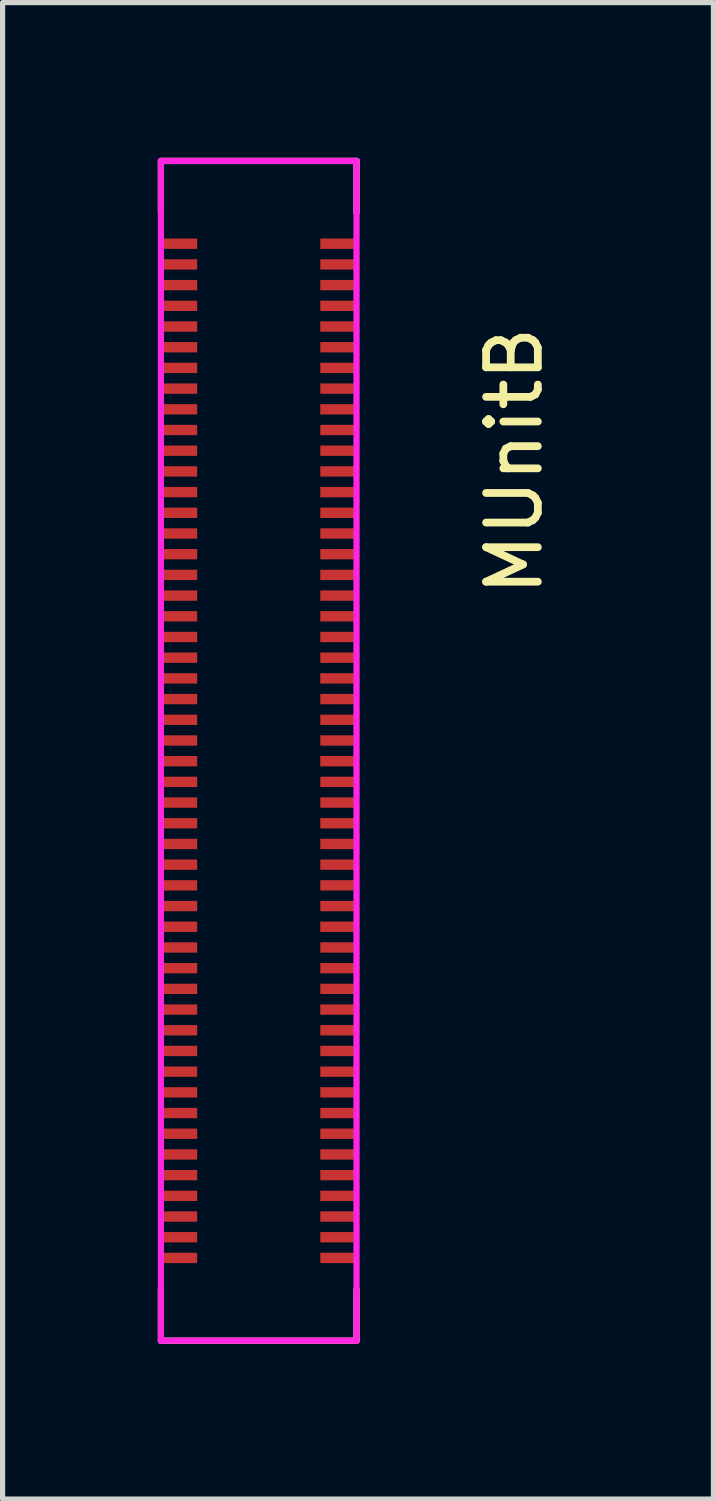
<source format=kicad_pcb>
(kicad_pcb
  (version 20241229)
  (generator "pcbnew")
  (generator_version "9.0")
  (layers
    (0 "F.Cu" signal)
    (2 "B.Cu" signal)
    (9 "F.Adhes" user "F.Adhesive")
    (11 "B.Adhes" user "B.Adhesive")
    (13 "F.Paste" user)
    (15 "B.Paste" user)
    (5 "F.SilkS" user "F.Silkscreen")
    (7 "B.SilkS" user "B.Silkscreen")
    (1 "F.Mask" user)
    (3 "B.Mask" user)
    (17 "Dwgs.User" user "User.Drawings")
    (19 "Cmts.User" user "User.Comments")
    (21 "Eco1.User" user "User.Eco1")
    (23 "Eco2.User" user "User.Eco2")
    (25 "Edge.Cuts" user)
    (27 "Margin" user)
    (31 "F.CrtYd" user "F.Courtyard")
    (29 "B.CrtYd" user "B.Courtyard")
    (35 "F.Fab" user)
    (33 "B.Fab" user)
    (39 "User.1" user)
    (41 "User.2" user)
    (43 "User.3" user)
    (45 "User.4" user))
  (footprint "MUnitB"
    (layer "F.Cu")
    (at 2.098 11.288)
    (property "Reference" "MUnitB" (at 4.791 -5.43 270) (layer "F.SilkS") (effects (font (size 1 1) (thickness 0.15))))
    (attr smd)
    (fp_line (start -2.038 -11.228) (end -2.038 -10.228) (stroke (width 0.12) (type solid)) (layer "F.SilkS"))
    (fp_line (start -2.038 -11.228) (end 1.742 -11.228) (stroke (width 0.12) (type solid)) (layer "F.SilkS"))
    (fp_line (start -2.038 11.572) (end -2.038 10.572) (stroke (width 0.12) (type solid)) (layer "F.SilkS"))
    (fp_line (start -2.038 11.572) (end 1.742 11.572) (stroke (width 0.12) (type solid)) (layer "F.SilkS"))
    (fp_line (start 1.742 -11.228) (end 1.742 -10.228) (stroke (width 0.12) (type solid)) (layer "F.SilkS"))
    (fp_line (start 1.742 11.572) (end 1.742 10.572) (stroke (width 0.12) (type solid)) (layer "F.SilkS"))
    (fp_line (start -2.038 -11.228) (end 1.742 -11.228) (stroke (width 0.12) (type solid)) (layer "F.CrtYd"))
    (fp_line (start -2.038 11.572) (end -2.038 -11.228) (stroke (width 0.12) (type solid)) (layer "F.CrtYd"))
    (fp_line (start 1.742 -11.228) (end 1.742 11.572) (stroke (width 0.12) (type solid)) (layer "F.CrtYd"))
    (fp_line (start 1.742 11.572) (end -2.038 11.572) (stroke (width 0.12) (type solid)) (layer "F.CrtYd"))
    (pad "101" smd rect (at -1.688 -9.628 270) (size 0.2 0.7) (layers "F.Cu" "F.Mask" "F.Paste"))
    (pad "102" smd rect (at 1.392 -9.628 270) (size 0.2 0.7) (layers "F.Cu" "F.Mask" "F.Paste"))
    (pad "103" smd rect (at -1.688 -9.228 270) (size 0.2 0.7) (layers "F.Cu" "F.Mask" "F.Paste"))
    (pad "104" smd rect (at 1.392 -9.228 270) (size 0.2 0.7) (layers "F.Cu" "F.Mask" "F.Paste"))
    (pad "105" smd rect (at -1.688 -8.828 270) (size 0.2 0.7) (layers "F.Cu" "F.Mask" "F.Paste"))
    (pad "106" smd rect (at 1.392 -8.828 270) (size 0.2 0.7) (layers "F.Cu" "F.Mask" "F.Paste"))
    (pad "107" smd rect (at -1.688 -8.428 270) (size 0.2 0.7) (layers "F.Cu" "F.Mask" "F.Paste"))
    (pad "108" smd rect (at 1.392 -8.428 270) (size 0.2 0.7) (layers "F.Cu" "F.Mask" "F.Paste"))
    (pad "109" smd rect (at -1.688 -8.028 270) (size 0.2 0.7) (layers "F.Cu" "F.Mask" "F.Paste"))
    (pad "110" smd rect (at 1.392 -8.028 270) (size 0.2 0.7) (layers "F.Cu" "F.Mask" "F.Paste"))
    (pad "111" smd rect (at -1.688 -7.628 270) (size 0.2 0.7) (layers "F.Cu" "F.Mask" "F.Paste"))
    (pad "112" smd rect (at 1.392 -7.628 270) (size 0.2 0.7) (layers "F.Cu" "F.Mask" "F.Paste"))
    (pad "113" smd rect (at -1.688 -7.228 270) (size 0.2 0.7) (layers "F.Cu" "F.Mask" "F.Paste"))
    (pad "114" smd rect (at 1.392 -7.228 270) (size 0.2 0.7) (layers "F.Cu" "F.Mask" "F.Paste"))
    (pad "115" smd rect (at -1.688 -6.828 270) (size 0.2 0.7) (layers "F.Cu" "F.Mask" "F.Paste"))
    (pad "116" smd rect (at 1.392 -6.828 270) (size 0.2 0.7) (layers "F.Cu" "F.Mask" "F.Paste"))
    (pad "117" smd rect (at -1.688 -6.428 270) (size 0.2 0.7) (layers "F.Cu" "F.Mask" "F.Paste"))
    (pad "118" smd rect (at 1.392 -6.428 270) (size 0.2 0.7) (layers "F.Cu" "F.Mask" "F.Paste"))
    (pad "119" smd rect (at -1.688 -6.028 270) (size 0.2 0.7) (layers "F.Cu" "F.Mask" "F.Paste"))
    (pad "120" smd rect (at 1.392 -6.028 270) (size 0.2 0.7) (layers "F.Cu" "F.Mask" "F.Paste"))
    (pad "121" smd rect (at -1.688 -5.628 270) (size 0.2 0.7) (layers "F.Cu" "F.Mask" "F.Paste"))
    (pad "122" smd rect (at 1.392 -5.628 270) (size 0.2 0.7) (layers "F.Cu" "F.Mask" "F.Paste"))
    (pad "123" smd rect (at -1.688 -5.228 270) (size 0.2 0.7) (layers "F.Cu" "F.Mask" "F.Paste"))
    (pad "124" smd rect (at 1.392 -5.228 270) (size 0.2 0.7) (layers "F.Cu" "F.Mask" "F.Paste"))
    (pad "125" smd rect (at -1.688 -4.828 270) (size 0.2 0.7) (layers "F.Cu" "F.Mask" "F.Paste"))
    (pad "126" smd rect (at 1.392 -4.828 270) (size 0.2 0.7) (layers "F.Cu" "F.Mask" "F.Paste"))
    (pad "127" smd rect (at -1.688 -4.428 270) (size 0.2 0.7) (layers "F.Cu" "F.Mask" "F.Paste"))
    (pad "128" smd rect (at 1.392 -4.428 270) (size 0.2 0.7) (layers "F.Cu" "F.Mask" "F.Paste"))
    (pad "129" smd rect (at -1.688 -4.028 270) (size 0.2 0.7) (layers "F.Cu" "F.Mask" "F.Paste"))
    (pad "130" smd rect (at 1.392 -4.028 270) (size 0.2 0.7) (layers "F.Cu" "F.Mask" "F.Paste"))
    (pad "131" smd rect (at -1.688 -3.628 270) (size 0.2 0.7) (layers "F.Cu" "F.Mask" "F.Paste"))
    (pad "132" smd rect (at 1.392 -3.628 270) (size 0.2 0.7) (layers "F.Cu" "F.Mask" "F.Paste"))
    (pad "133" smd rect (at -1.688 -3.228 270) (size 0.2 0.7) (layers "F.Cu" "F.Mask" "F.Paste"))
    (pad "134" smd rect (at 1.392 -3.228 270) (size 0.2 0.7) (layers "F.Cu" "F.Mask" "F.Paste"))
    (pad "135" smd rect (at -1.688 -2.828 270) (size 0.2 0.7) (layers "F.Cu" "F.Mask" "F.Paste"))
    (pad "136" smd rect (at 1.392 -2.828 270) (size 0.2 0.7) (layers "F.Cu" "F.Mask" "F.Paste"))
    (pad "137" smd rect (at -1.688 -2.428 270) (size 0.2 0.7) (layers "F.Cu" "F.Mask" "F.Paste"))
    (pad "138" smd rect (at 1.392 -2.428 270) (size 0.2 0.7) (layers "F.Cu" "F.Mask" "F.Paste"))
    (pad "139" smd rect (at -1.688 -2.028 270) (size 0.2 0.7) (layers "F.Cu" "F.Mask" "F.Paste"))
    (pad "140" smd rect (at 1.392 -2.028 270) (size 0.2 0.7) (layers "F.Cu" "F.Mask" "F.Paste"))
    (pad "141" smd rect (at -1.688 -1.628 270) (size 0.2 0.7) (layers "F.Cu" "F.Mask" "F.Paste"))
    (pad "142" smd rect (at 1.392 -1.628 270) (size 0.2 0.7) (layers "F.Cu" "F.Mask" "F.Paste"))
    (pad "143" smd rect (at -1.688 -1.228 270) (size 0.2 0.7) (layers "F.Cu" "F.Mask" "F.Paste"))
    (pad "144" smd rect (at 1.392 -1.228 270) (size 0.2 0.7) (layers "F.Cu" "F.Mask" "F.Paste"))
    (pad "145" smd rect (at -1.688 -0.828 270) (size 0.2 0.7) (layers "F.Cu" "F.Mask" "F.Paste"))
    (pad "146" smd rect (at 1.392 -0.828 270) (size 0.2 0.7) (layers "F.Cu" "F.Mask" "F.Paste"))
    (pad "147" smd rect (at -1.688 -0.428 270) (size 0.2 0.7) (layers "F.Cu" "F.Mask" "F.Paste"))
    (pad "148" smd rect (at 1.392 -0.428 270) (size 0.2 0.7) (layers "F.Cu" "F.Mask" "F.Paste"))
    (pad "149" smd rect (at -1.688 -0.028 270) (size 0.2 0.7) (layers "F.Cu" "F.Mask" "F.Paste"))
    (pad "150" smd rect (at 1.392 -0.028 270) (size 0.2 0.7) (layers "F.Cu" "F.Mask" "F.Paste"))
    (pad "151" smd rect (at -1.688 0.372 270) (size 0.2 0.7) (layers "F.Cu" "F.Mask" "F.Paste"))
    (pad "152" smd rect (at 1.392 0.372 270) (size 0.2 0.7) (layers "F.Cu" "F.Mask" "F.Paste"))
    (pad "153" smd rect (at -1.688 0.772 270) (size 0.2 0.7) (layers "F.Cu" "F.Mask" "F.Paste"))
    (pad "154" smd rect (at 1.392 0.772 270) (size 0.2 0.7) (layers "F.Cu" "F.Mask" "F.Paste"))
    (pad "155" smd rect (at -1.688 1.172 270) (size 0.2 0.7) (layers "F.Cu" "F.Mask" "F.Paste"))
    (pad "156" smd rect (at 1.392 1.172 270) (size 0.2 0.7) (layers "F.Cu" "F.Mask" "F.Paste"))
    (pad "157" smd rect (at -1.688 1.572 270) (size 0.2 0.7) (layers "F.Cu" "F.Mask" "F.Paste"))
    (pad "158" smd rect (at 1.392 1.572 270) (size 0.2 0.7) (layers "F.Cu" "F.Mask" "F.Paste"))
    (pad "159" smd rect (at -1.688 1.972 270) (size 0.2 0.7) (layers "F.Cu" "F.Mask" "F.Paste"))
    (pad "160" smd rect (at 1.392 1.972 270) (size 0.2 0.7) (layers "F.Cu" "F.Mask" "F.Paste"))
    (pad "161" smd rect (at -1.688 2.372 270) (size 0.2 0.7) (layers "F.Cu" "F.Mask" "F.Paste"))
    (pad "162" smd rect (at 1.392 2.372 270) (size 0.2 0.7) (layers "F.Cu" "F.Mask" "F.Paste"))
    (pad "163" smd rect (at -1.688 2.772 270) (size 0.2 0.7) (layers "F.Cu" "F.Mask" "F.Paste"))
    (pad "164" smd rect (at 1.392 2.772 270) (size 0.2 0.7) (layers "F.Cu" "F.Mask" "F.Paste"))
    (pad "165" smd rect (at -1.688 3.172 270) (size 0.2 0.7) (layers "F.Cu" "F.Mask" "F.Paste"))
    (pad "166" smd rect (at 1.392 3.172 270) (size 0.2 0.7) (layers "F.Cu" "F.Mask" "F.Paste"))
    (pad "167" smd rect (at -1.688 3.572 270) (size 0.2 0.7) (layers "F.Cu" "F.Mask" "F.Paste"))
    (pad "168" smd rect (at 1.392 3.572 270) (size 0.2 0.7) (layers "F.Cu" "F.Mask" "F.Paste"))
    (pad "169" smd rect (at -1.688 3.972 270) (size 0.2 0.7) (layers "F.Cu" "F.Mask" "F.Paste"))
    (pad "170" smd rect (at 1.392 3.972 270) (size 0.2 0.7) (layers "F.Cu" "F.Mask" "F.Paste"))
    (pad "171" smd rect (at -1.688 4.372 270) (size 0.2 0.7) (layers "F.Cu" "F.Mask" "F.Paste"))
    (pad "172" smd rect (at 1.392 4.372 270) (size 0.2 0.7) (layers "F.Cu" "F.Mask" "F.Paste"))
    (pad "173" smd rect (at -1.688 4.772 270) (size 0.2 0.7) (layers "F.Cu" "F.Mask" "F.Paste"))
    (pad "174" smd rect (at 1.392 4.772 270) (size 0.2 0.7) (layers "F.Cu" "F.Mask" "F.Paste"))
    (pad "175" smd rect (at -1.688 5.172 270) (size 0.2 0.7) (layers "F.Cu" "F.Mask" "F.Paste"))
    (pad "176" smd rect (at 1.392 5.172 270) (size 0.2 0.7) (layers "F.Cu" "F.Mask" "F.Paste"))
    (pad "177" smd rect (at -1.688 5.572 270) (size 0.2 0.7) (layers "F.Cu" "F.Mask" "F.Paste"))
    (pad "178" smd rect (at 1.392 5.572 270) (size 0.2 0.7) (layers "F.Cu" "F.Mask" "F.Paste"))
    (pad "179" smd rect (at -1.688 5.972 270) (size 0.2 0.7) (layers "F.Cu" "F.Mask" "F.Paste"))
    (pad "180" smd rect (at 1.392 5.972 270) (size 0.2 0.7) (layers "F.Cu" "F.Mask" "F.Paste"))
    (pad "181" smd rect (at -1.688 6.372 270) (size 0.2 0.7) (layers "F.Cu" "F.Mask" "F.Paste"))
    (pad "182" smd rect (at 1.392 6.372 270) (size 0.2 0.7) (layers "F.Cu" "F.Mask" "F.Paste"))
    (pad "183" smd rect (at -1.688 6.772 270) (size 0.2 0.7) (layers "F.Cu" "F.Mask" "F.Paste"))
    (pad "184" smd rect (at 1.392 6.772 270) (size 0.2 0.7) (layers "F.Cu" "F.Mask" "F.Paste"))
    (pad "185" smd rect (at -1.688 7.172 270) (size 0.2 0.7) (layers "F.Cu" "F.Mask" "F.Paste"))
    (pad "186" smd rect (at 1.392 7.172 270) (size 0.2 0.7) (layers "F.Cu" "F.Mask" "F.Paste"))
    (pad "187" smd rect (at -1.688 7.572 270) (size 0.2 0.7) (layers "F.Cu" "F.Mask" "F.Paste"))
    (pad "188" smd rect (at 1.392 7.572 270) (size 0.2 0.7) (layers "F.Cu" "F.Mask" "F.Paste"))
    (pad "189" smd rect (at -1.688 7.972 270) (size 0.2 0.7) (layers "F.Cu" "F.Mask" "F.Paste"))
    (pad "190" smd rect (at 1.392 7.972 270) (size 0.2 0.7) (layers "F.Cu" "F.Mask" "F.Paste"))
    (pad "191" smd rect (at -1.688 8.372 270) (size 0.2 0.7) (layers "F.Cu" "F.Mask" "F.Paste"))
    (pad "192" smd rect (at 1.392 8.372 270) (size 0.2 0.7) (layers "F.Cu" "F.Mask" "F.Paste"))
    (pad "193" smd rect (at -1.688 8.772 270) (size 0.2 0.7) (layers "F.Cu" "F.Mask" "F.Paste"))
    (pad "194" smd rect (at 1.392 8.772 270) (size 0.2 0.7) (layers "F.Cu" "F.Mask" "F.Paste"))
    (pad "195" smd rect (at -1.688 9.172 270) (size 0.2 0.7) (layers "F.Cu" "F.Mask" "F.Paste"))
    (pad "196" smd rect (at 1.392 9.172 270) (size 0.2 0.7) (layers "F.Cu" "F.Mask" "F.Paste"))
    (pad "197" smd rect (at -1.688 9.572 270) (size 0.2 0.7) (layers "F.Cu" "F.Mask" "F.Paste"))
    (pad "198" smd rect (at 1.392 9.572 270) (size 0.2 0.7) (layers "F.Cu" "F.Mask" "F.Paste"))
    (pad "199" smd rect (at -1.688 9.972 270) (size 0.2 0.7) (layers "F.Cu" "F.Mask" "F.Paste"))
    (pad "200" smd rect (at 1.392 9.972 270) (size 0.2 0.7) (layers "F.Cu" "F.Mask" "F.Paste")))
  (gr_rect
    (start -3 -3)
    (end 10.737 25.92)
    (stroke (width 0.1) (type default))
    (fill no)
    (layer "Edge.Cuts")))
</source>
